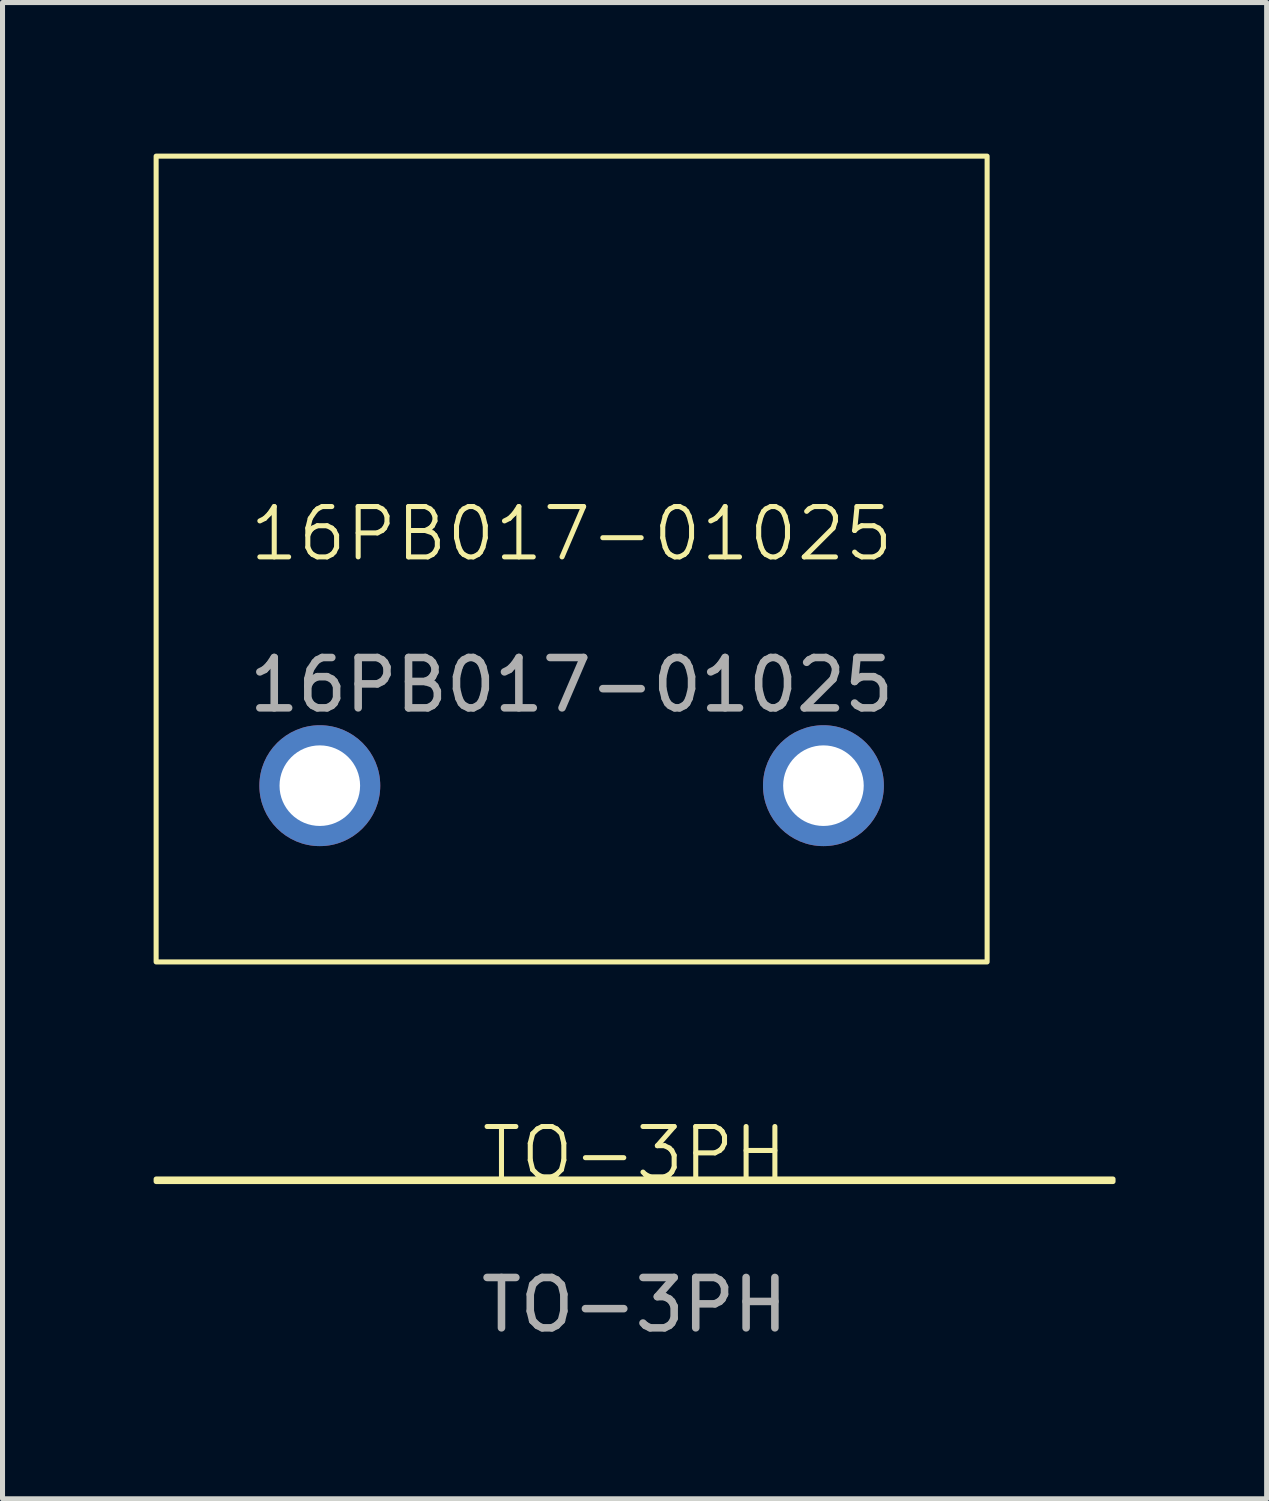
<source format=kicad_pcb>
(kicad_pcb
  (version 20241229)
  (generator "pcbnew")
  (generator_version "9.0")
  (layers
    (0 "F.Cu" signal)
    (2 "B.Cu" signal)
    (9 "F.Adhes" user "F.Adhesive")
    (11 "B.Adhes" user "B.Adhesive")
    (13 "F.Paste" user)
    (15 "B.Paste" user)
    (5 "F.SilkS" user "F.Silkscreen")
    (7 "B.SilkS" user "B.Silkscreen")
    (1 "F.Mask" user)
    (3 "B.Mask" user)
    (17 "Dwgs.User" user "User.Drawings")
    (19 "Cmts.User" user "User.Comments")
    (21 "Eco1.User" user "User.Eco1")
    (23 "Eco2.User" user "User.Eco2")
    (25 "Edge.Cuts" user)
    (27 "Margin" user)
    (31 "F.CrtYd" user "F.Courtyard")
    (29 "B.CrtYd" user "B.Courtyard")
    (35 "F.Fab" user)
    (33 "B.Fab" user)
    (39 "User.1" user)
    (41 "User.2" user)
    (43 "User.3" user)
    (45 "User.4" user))
  (footprint "16PB017-01025"
    (layer "F.Cu")
    (at 8.3 8.05)
    (property "Reference" "16PB017-01025" (at 0 -0.5 0) (unlocked yes) (layer "F.SilkS") (effects (font (size 1 1) (thickness 0.1))))
    (attr through_hole)
    (fp_rect (start -8.25 8) (end 8.25 -8) (stroke (width 0.1) (type default)) (fill no) (layer "F.SilkS"))
    (fp_text user "${REFERENCE}" (at 0 2.5 0) (unlocked yes) (layer "F.Fab") (effects (font (size 1 1) (thickness 0.15))))
    (pad "" thru_hole circle (at -5 4.5) (size 2.4 2.4) (drill 1.6) (layers "*.Cu" "*.Mask"))
    (pad "" thru_hole circle (at 5 4.5) (size 2.4 2.4) (drill 1.6) (layers "*.Cu" "*.Mask")))
  (footprint "TO-3PH"
    (layer "F.Cu")
    (at 9.55 20.36)
    (property "Reference" "TO-3PH" (at 0 -0.5 0) (unlocked yes) (layer "F.SilkS") (effects (font (size 1 1) (thickness 0.1))))
    (attr through_hole)
    (fp_rect (start -9.5 0) (end 9.5 0.05) (stroke (width 0.1) (type default)) (fill no) (layer "F.SilkS"))
    (fp_text user "${REFERENCE}" (at 0 2.5 0) (unlocked yes) (layer "F.Fab") (effects (font (size 1 1) (thickness 0.15)))))
  (gr_rect
    (start -3 -3)
    (end 22.1 26.709)
    (stroke (width 0.1) (type default))
    (fill no)
    (layer "Edge.Cuts")))
</source>
